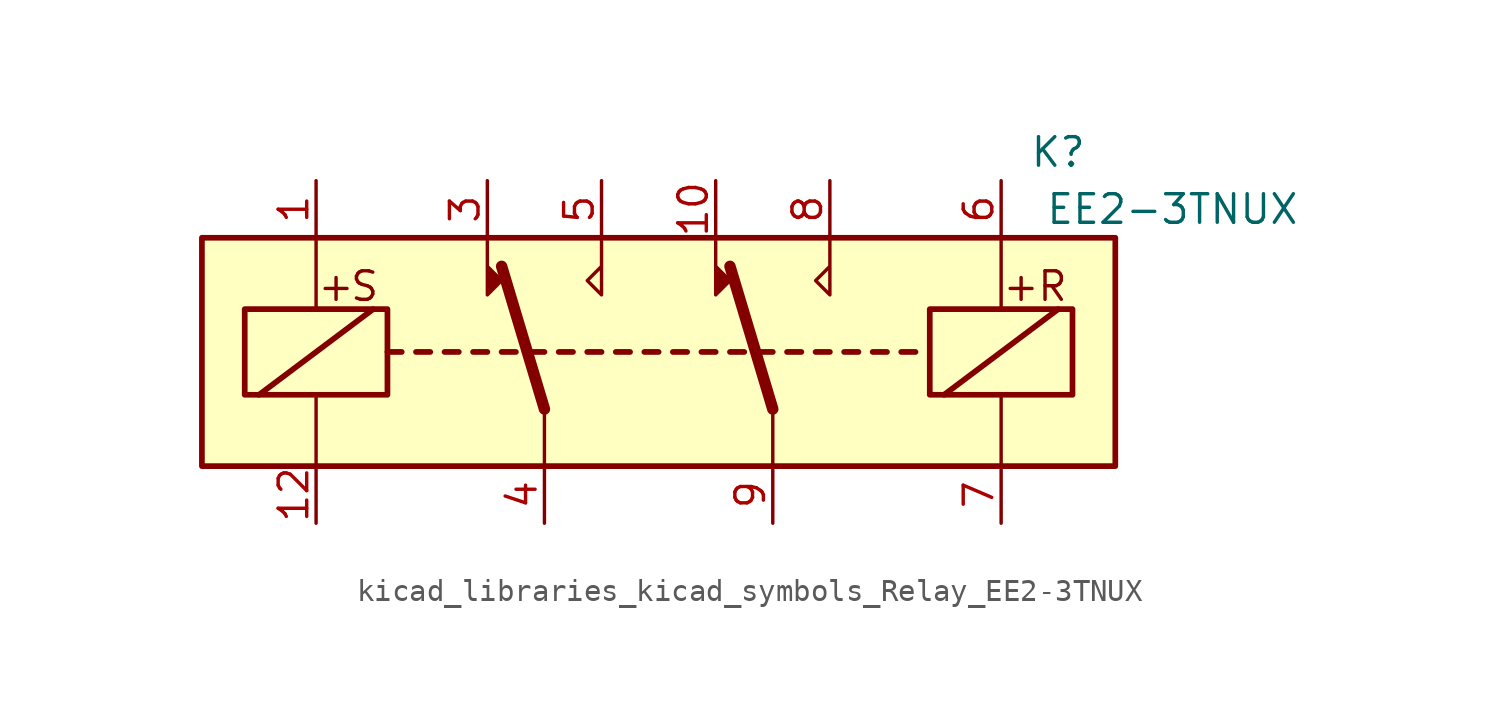
<source format=kicad_sym>
(kicad_symbol_lib
  (version 20220914)
  (generator kicad_symbol_editor)
  (symbol "kicad_libraries_kicad_symbols_Relay_EE2-3TNUX"
    (property "Reference" "K"
      (at 17.78 8.89 0)
      (effects (font (size 1.27 1.27))))
    (property "Value" "EE2-3TNUX"
      (at 22.86 6.35 0)
      (effects (font (size 1.27 1.27))))
    (symbol "kicad_libraries_kicad_symbols_Relay_EE2-3TNUX_1_1"
      (rectangle (start -20.32 5.08) (end 20.32 -5.08) (stroke (width 0.254) (type default)) (fill (type background)))
      (rectangle (start -18.415 1.905) (end -12.065 -1.905) (stroke (width 0.254) (type default)) (fill (type none)))
      (polyline (pts (xy -17.78 -1.905) (xy -12.7 1.905)) (stroke (width 0.254) (type default)) (fill (type none)))
      (polyline (pts (xy -15.24 -5.08) (xy -15.24 -1.905)) (stroke (width 0) (type default)) (fill (type none)))
      (polyline (pts (xy -15.24 5.08) (xy -15.24 1.905)) (stroke (width 0) (type default)) (fill (type none)))
      (polyline (pts (xy -12.065 0) (xy -11.43 0)) (stroke (width 0.254) (type default)) (fill (type none)))
      (polyline (pts (xy -10.795 0) (xy -10.16 0)) (stroke (width 0.254) (type default)) (fill (type none)))
      (polyline (pts (xy -9.525 0) (xy -8.89 0)) (stroke (width 0.254) (type default)) (fill (type none)))
      (polyline (pts (xy -8.255 0) (xy -7.62 0)) (stroke (width 0.254) (type default)) (fill (type none)))
      (polyline (pts (xy -6.985 0) (xy -6.35 0)) (stroke (width 0.254) (type default)) (fill (type none)))
      (polyline (pts (xy -5.715 0) (xy -5.08 0)) (stroke (width 0.254) (type default)) (fill (type none)))
      (polyline (pts (xy -5.08 -2.54) (xy -6.985 3.81)) (stroke (width 0.508) (type default)) (fill (type none)))
      (polyline (pts (xy -5.08 -2.54) (xy -5.08 -5.08)) (stroke (width 0) (type default)) (fill (type none)))
      (polyline (pts (xy -4.445 0) (xy -3.81 0)) (stroke (width 0.254) (type default)) (fill (type none)))
      (polyline (pts (xy -3.175 0) (xy -2.54 0)) (stroke (width 0.254) (type default)) (fill (type none)))
      (polyline (pts (xy -1.905 0) (xy -1.27 0)) (stroke (width 0.254) (type default)) (fill (type none)))
      (polyline (pts (xy -0.635 0) (xy 0 0)) (stroke (width 0.254) (type default)) (fill (type none)))
      (polyline (pts (xy 0.635 0) (xy 1.27 0)) (stroke (width 0.254) (type default)) (fill (type none)))
      (polyline (pts (xy 1.905 0) (xy 2.54 0)) (stroke (width 0.254) (type default)) (fill (type none)))
      (polyline (pts (xy 3.175 0) (xy 3.81 0)) (stroke (width 0.254) (type default)) (fill (type none)))
      (polyline (pts (xy 4.445 0) (xy 5.08 0)) (stroke (width 0.254) (type default)) (fill (type none)))
      (polyline (pts (xy 5.08 -2.54) (xy 3.175 3.81)) (stroke (width 0.508) (type default)) (fill (type none)))
      (polyline (pts (xy 5.08 -2.54) (xy 5.08 -5.08)) (stroke (width 0) (type default)) (fill (type none)))
      (polyline (pts (xy 5.715 0) (xy 6.35 0)) (stroke (width 0.254) (type default)) (fill (type none)))
      (polyline (pts (xy 6.985 0) (xy 7.62 0)) (stroke (width 0.254) (type default)) (fill (type none)))
      (polyline (pts (xy 8.255 0) (xy 8.89 0)) (stroke (width 0.254) (type default)) (fill (type none)))
      (polyline (pts (xy 9.525 0) (xy 10.16 0)) (stroke (width 0.254) (type default)) (fill (type none)))
      (polyline (pts (xy 10.795 0) (xy 11.43 0)) (stroke (width 0.254) (type default)) (fill (type none)))
      (polyline (pts (xy 12.7 -1.905) (xy 17.78 1.905)) (stroke (width 0.254) (type default)) (fill (type none)))
      (polyline (pts (xy 15.24 -5.08) (xy 15.24 -1.905)) (stroke (width 0) (type default)) (fill (type none)))
      (polyline (pts (xy 15.24 5.08) (xy 15.24 1.905)) (stroke (width 0) (type default)) (fill (type none)))
      (polyline (pts (xy -7.62 5.08) (xy -7.62 2.54) (xy -6.985 3.175) (xy -7.62 3.81)) (stroke (width 0) (type default)) (fill (type outline)))
      (polyline (pts (xy -2.54 5.08) (xy -2.54 2.54) (xy -3.175 3.175) (xy -2.54 3.81)) (stroke (width 0) (type default)) (fill (type none)))
      (polyline (pts (xy 2.54 5.08) (xy 2.54 2.54) (xy 3.175 3.175) (xy 2.54 3.81)) (stroke (width 0) (type default)) (fill (type outline)))
      (polyline (pts (xy 7.62 5.08) (xy 7.62 2.54) (xy 6.985 3.175) (xy 7.62 3.81)) (stroke (width 0) (type default)) (fill (type none)))
      (rectangle (start 12.065 1.905) (end 18.415 -1.905) (stroke (width 0.254) (type default)) (fill (type none)))
      (text "+" (at -14.351 2.921 0) (effects (font (size 1.27 1.27))))
      (text "+" (at 16.129 2.921 0) (effects (font (size 1.27 1.27))))
      (text "R" (at 17.526 2.921 0) (effects (font (size 1.27 1.27))))
      (text "S" (at -13.081 2.921 0) (effects (font (size 1.27 1.27))))
      (pin passive line (at -15.24 7.62 270) (length 2.54) (name "~" (effects (font (size 1.27 1.27)))) (number "1" (effects (font (size 1.27 1.27)))))
      (pin passive line (at 2.54 7.62 270) (length 2.54) (name "~" (effects (font (size 1.27 1.27)))) (number "10" (effects (font (size 1.27 1.27)))))
      (pin passive line (at -15.24 -7.62 90) (length 2.54) (name "~" (effects (font (size 1.27 1.27)))) (number "12" (effects (font (size 1.27 1.27)))))
      (pin passive line (at -7.62 7.62 270) (length 2.54) (name "~" (effects (font (size 1.27 1.27)))) (number "3" (effects (font (size 1.27 1.27)))))
      (pin passive line (at -5.08 -7.62 90) (length 2.54) (name "~" (effects (font (size 1.27 1.27)))) (number "4" (effects (font (size 1.27 1.27)))))
      (pin passive line (at -2.54 7.62 270) (length 2.54) (name "~" (effects (font (size 1.27 1.27)))) (number "5" (effects (font (size 1.27 1.27)))))
      (pin passive line (at 15.24 7.62 270) (length 2.54) (name "~" (effects (font (size 1.27 1.27)))) (number "6" (effects (font (size 1.27 1.27)))))
      (pin passive line (at 15.24 -7.62 90) (length 2.54) (name "~" (effects (font (size 1.27 1.27)))) (number "7" (effects (font (size 1.27 1.27)))))
      (pin passive line (at 7.62 7.62 270) (length 2.54) (name "~" (effects (font (size 1.27 1.27)))) (number "8" (effects (font (size 1.27 1.27)))))
      (pin passive line (at 5.08 -7.62 90) (length 2.54) (name "~" (effects (font (size 1.27 1.27)))) (number "9" (effects (font (size 1.27 1.27))))))))
</source>
